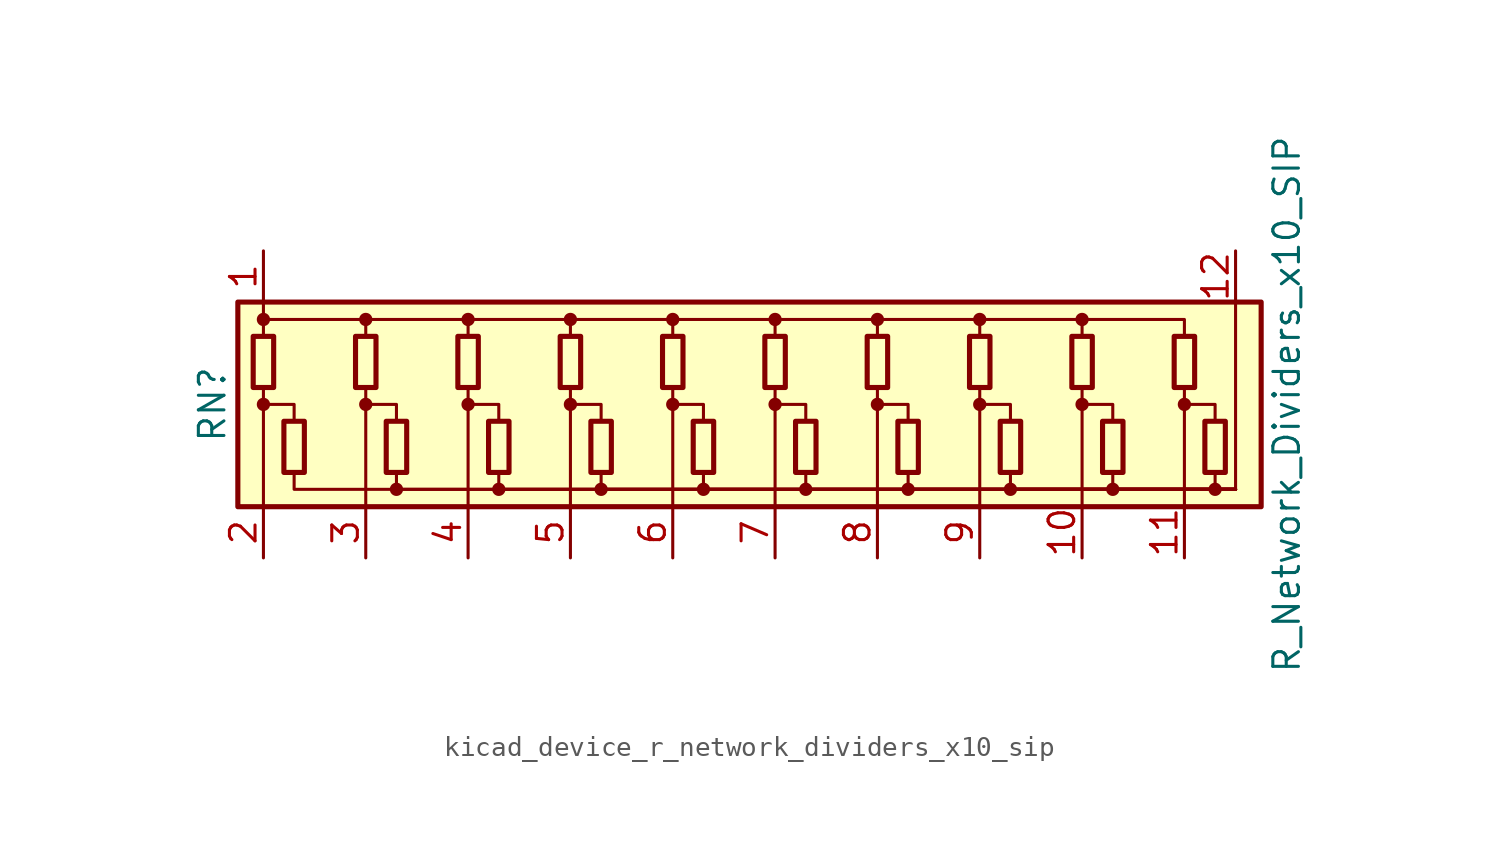
<source format=kicad_sym>
(kicad_symbol_lib
  (version 20220914)
  (generator kicad_symbol_editor)
  (symbol "kicad_device_r_network_dividers_x10_sip"
    (pin_names
      (offset 0) hide)
    (property "Reference" "RN"
      (at -27.94 0 90)
      (effects (font (size 1.27 1.27))))
    (property "Value" "R_Network_Dividers_x10_SIP"
      (at 25.4 0 90)
      (effects (font (size 1.27 1.27))))
    (symbol "kicad_device_r_network_dividers_x10_sip_0_1"
      (rectangle (start -26.67 -5.08) (end 24.13 5.08) (stroke (width 0.254) (type default)) (fill (type background)))
      (rectangle (start -25.908 3.378) (end -24.892 0.838) (stroke (width 0.254) (type default)) (fill (type none)))
      (circle (center -25.4 0) (radius 0.254) (stroke (width 0) (type default)) (fill (type outline)))
      (circle (center -25.4 4.216) (radius 0.254) (stroke (width 0) (type default)) (fill (type outline)))
      (rectangle (start -24.384 -3.378) (end -23.368 -0.838) (stroke (width 0.254) (type default)) (fill (type none)))
      (rectangle (start -20.828 3.378) (end -19.812 0.838) (stroke (width 0.254) (type default)) (fill (type none)))
      (circle (center -20.32 0) (radius 0.254) (stroke (width 0) (type default)) (fill (type outline)))
      (circle (center -20.32 4.216) (radius 0.254) (stroke (width 0) (type default)) (fill (type outline)))
      (rectangle (start -19.304 -3.378) (end -18.288 -0.838) (stroke (width 0.254) (type default)) (fill (type none)))
      (circle (center -18.796 -4.216) (radius 0.254) (stroke (width 0) (type default)) (fill (type outline)))
      (rectangle (start -15.748 3.378) (end -14.732 0.838) (stroke (width 0.254) (type default)) (fill (type none)))
      (circle (center -15.24 0) (radius 0.254) (stroke (width 0) (type default)) (fill (type outline)))
      (circle (center -15.24 4.216) (radius 0.254) (stroke (width 0) (type default)) (fill (type outline)))
      (rectangle (start -14.224 -3.378) (end -13.208 -0.838) (stroke (width 0.254) (type default)) (fill (type none)))
      (circle (center -13.716 -4.216) (radius 0.254) (stroke (width 0) (type default)) (fill (type outline)))
      (rectangle (start -10.668 3.378) (end -9.652 0.838) (stroke (width 0.254) (type default)) (fill (type none)))
      (circle (center -10.16 0) (radius 0.254) (stroke (width 0) (type default)) (fill (type outline)))
      (circle (center -10.16 4.216) (radius 0.254) (stroke (width 0) (type default)) (fill (type outline)))
      (rectangle (start -9.144 -3.378) (end -8.128 -0.838) (stroke (width 0.254) (type default)) (fill (type none)))
      (circle (center -8.636 -4.216) (radius 0.254) (stroke (width 0) (type default)) (fill (type outline)))
      (rectangle (start -5.588 3.378) (end -4.572 0.838) (stroke (width 0.254) (type default)) (fill (type none)))
      (circle (center -5.08 0) (radius 0.254) (stroke (width 0) (type default)) (fill (type outline)))
      (circle (center -5.08 4.216) (radius 0.254) (stroke (width 0) (type default)) (fill (type outline)))
      (rectangle (start -4.064 -3.378) (end -3.048 -0.838) (stroke (width 0.254) (type default)) (fill (type none)))
      (circle (center -3.556 -4.216) (radius 0.254) (stroke (width 0) (type default)) (fill (type outline)))
      (rectangle (start -0.508 3.378) (end 0.508 0.838) (stroke (width 0.254) (type default)) (fill (type none)))
      (polyline (pts (xy -25.4 -5.08) (xy -25.4 0.838)) (stroke (width 0) (type default)) (fill (type none)))
      (polyline (pts (xy -25.4 5.08) (xy -25.4 3.378)) (stroke (width 0) (type default)) (fill (type none)))
      (polyline (pts (xy -20.32 -5.08) (xy -20.32 0.838)) (stroke (width 0) (type default)) (fill (type none)))
      (polyline (pts (xy -15.24 -5.08) (xy -15.24 0.838)) (stroke (width 0) (type default)) (fill (type none)))
      (polyline (pts (xy -10.16 -5.08) (xy -10.16 0.838)) (stroke (width 0) (type default)) (fill (type none)))
      (polyline (pts (xy -5.08 -5.08) (xy -5.08 0.838)) (stroke (width 0) (type default)) (fill (type none)))
      (polyline (pts (xy 0 -5.08) (xy 0 0.838)) (stroke (width 0) (type default)) (fill (type none)))
      (polyline (pts (xy 5.08 -5.08) (xy 5.08 0.838)) (stroke (width 0) (type default)) (fill (type none)))
      (polyline (pts (xy 10.16 -5.08) (xy 10.16 0.838)) (stroke (width 0) (type default)) (fill (type none)))
      (polyline (pts (xy 15.24 -5.08) (xy 15.24 0.838)) (stroke (width 0) (type default)) (fill (type none)))
      (polyline (pts (xy 20.32 -5.08) (xy 20.32 0.838)) (stroke (width 0) (type default)) (fill (type none)))
      (polyline (pts (xy 22.86 -4.216) (xy 22.86 5.08)) (stroke (width 0) (type default)) (fill (type none)))
      (polyline (pts (xy -25.4 0) (xy -23.876 0) (xy -23.876 -0.838)) (stroke (width 0) (type default)) (fill (type none)))
      (polyline (pts (xy -25.4 4.216) (xy -20.32 4.216) (xy -20.32 3.378)) (stroke (width 0) (type default)) (fill (type none)))
      (polyline (pts (xy -23.876 -3.378) (xy -23.876 -4.216) (xy 22.86 -4.216)) (stroke (width 0) (type default)) (fill (type none)))
      (polyline (pts (xy -20.32 0) (xy -18.796 0) (xy -18.796 -0.838)) (stroke (width 0) (type default)) (fill (type none)))
      (polyline (pts (xy -20.32 4.216) (xy -15.24 4.216) (xy -15.24 3.378)) (stroke (width 0) (type default)) (fill (type none)))
      (polyline (pts (xy -18.796 -3.378) (xy -18.796 -4.216) (xy 22.86 -4.216)) (stroke (width 0) (type default)) (fill (type none)))
      (polyline (pts (xy -15.24 0) (xy -13.716 0) (xy -13.716 -0.838)) (stroke (width 0) (type default)) (fill (type none)))
      (polyline (pts (xy -15.24 4.216) (xy -10.16 4.216) (xy -10.16 3.378)) (stroke (width 0) (type default)) (fill (type none)))
      (polyline (pts (xy -13.716 -3.378) (xy -13.716 -4.216) (xy 22.86 -4.216)) (stroke (width 0) (type default)) (fill (type none)))
      (polyline (pts (xy -10.16 0) (xy -8.636 0) (xy -8.636 -0.838)) (stroke (width 0) (type default)) (fill (type none)))
      (polyline (pts (xy -10.16 4.216) (xy -5.08 4.216) (xy -5.08 3.378)) (stroke (width 0) (type default)) (fill (type none)))
      (polyline (pts (xy -8.636 -3.378) (xy -8.636 -4.216) (xy 22.86 -4.216)) (stroke (width 0) (type default)) (fill (type none)))
      (polyline (pts (xy -5.08 0) (xy -3.556 0) (xy -3.556 -0.838)) (stroke (width 0) (type default)) (fill (type none)))
      (polyline (pts (xy -5.08 4.216) (xy 0 4.216) (xy 0 3.378)) (stroke (width 0) (type default)) (fill (type none)))
      (polyline (pts (xy -3.556 -3.378) (xy -3.556 -4.216) (xy 22.86 -4.216)) (stroke (width 0) (type default)) (fill (type none)))
      (polyline (pts (xy 0 0) (xy 1.524 0) (xy 1.524 -0.838)) (stroke (width 0) (type default)) (fill (type none)))
      (polyline (pts (xy 0 4.216) (xy 5.08 4.216) (xy 5.08 3.378)) (stroke (width 0) (type default)) (fill (type none)))
      (polyline (pts (xy 1.524 -3.378) (xy 1.524 -4.216) (xy 22.86 -4.216)) (stroke (width 0) (type default)) (fill (type none)))
      (polyline (pts (xy 5.08 0) (xy 6.604 0) (xy 6.604 -0.838)) (stroke (width 0) (type default)) (fill (type none)))
      (polyline (pts (xy 5.08 4.216) (xy 10.16 4.216) (xy 10.16 3.378)) (stroke (width 0) (type default)) (fill (type none)))
      (polyline (pts (xy 6.604 -3.378) (xy 6.604 -4.216) (xy 22.86 -4.216)) (stroke (width 0) (type default)) (fill (type none)))
      (polyline (pts (xy 10.16 0) (xy 11.684 0) (xy 11.684 -0.838)) (stroke (width 0) (type default)) (fill (type none)))
      (polyline (pts (xy 10.16 4.216) (xy 15.24 4.216) (xy 15.24 3.378)) (stroke (width 0) (type default)) (fill (type none)))
      (polyline (pts (xy 11.684 -3.378) (xy 11.684 -4.216) (xy 22.86 -4.216)) (stroke (width 0) (type default)) (fill (type none)))
      (polyline (pts (xy 15.24 0) (xy 16.764 0) (xy 16.764 -0.838)) (stroke (width 0) (type default)) (fill (type none)))
      (polyline (pts (xy 15.24 4.216) (xy 20.32 4.216) (xy 20.32 3.378)) (stroke (width 0) (type default)) (fill (type none)))
      (polyline (pts (xy 16.764 -3.378) (xy 16.764 -4.216) (xy 22.86 -4.216)) (stroke (width 0) (type default)) (fill (type none)))
      (polyline (pts (xy 20.32 0) (xy 21.844 0) (xy 21.844 -0.838)) (stroke (width 0) (type default)) (fill (type none)))
      (polyline (pts (xy 21.844 -3.378) (xy 21.844 -4.216) (xy 22.86 -4.216)) (stroke (width 0) (type default)) (fill (type none)))
      (circle (center 0 0) (radius 0.254) (stroke (width 0) (type default)) (fill (type outline)))
      (circle (center 0 4.216) (radius 0.254) (stroke (width 0) (type default)) (fill (type outline)))
      (rectangle (start 1.016 -3.378) (end 2.032 -0.838) (stroke (width 0.254) (type default)) (fill (type none)))
      (circle (center 1.524 -4.216) (radius 0.254) (stroke (width 0) (type default)) (fill (type outline)))
      (rectangle (start 4.572 3.378) (end 5.588 0.838) (stroke (width 0.254) (type default)) (fill (type none)))
      (circle (center 5.08 0) (radius 0.254) (stroke (width 0) (type default)) (fill (type outline)))
      (circle (center 5.08 4.216) (radius 0.254) (stroke (width 0) (type default)) (fill (type outline)))
      (rectangle (start 6.096 -3.378) (end 7.112 -0.838) (stroke (width 0.254) (type default)) (fill (type none)))
      (circle (center 6.604 -4.216) (radius 0.254) (stroke (width 0) (type default)) (fill (type outline)))
      (rectangle (start 9.652 3.378) (end 10.668 0.838) (stroke (width 0.254) (type default)) (fill (type none)))
      (circle (center 10.16 0) (radius 0.254) (stroke (width 0) (type default)) (fill (type outline)))
      (circle (center 10.16 4.216) (radius 0.254) (stroke (width 0) (type default)) (fill (type outline)))
      (rectangle (start 11.176 -3.378) (end 12.192 -0.838) (stroke (width 0.254) (type default)) (fill (type none)))
      (circle (center 11.684 -4.216) (radius 0.254) (stroke (width 0) (type default)) (fill (type outline)))
      (rectangle (start 14.732 3.378) (end 15.748 0.838) (stroke (width 0.254) (type default)) (fill (type none)))
      (circle (center 15.24 0) (radius 0.254) (stroke (width 0) (type default)) (fill (type outline)))
      (circle (center 15.24 4.216) (radius 0.254) (stroke (width 0) (type default)) (fill (type outline)))
      (rectangle (start 16.256 -3.378) (end 17.272 -0.838) (stroke (width 0.254) (type default)) (fill (type none)))
      (circle (center 16.764 -4.216) (radius 0.254) (stroke (width 0) (type default)) (fill (type outline)))
      (rectangle (start 19.812 3.378) (end 20.828 0.838) (stroke (width 0.254) (type default)) (fill (type none)))
      (circle (center 20.32 0) (radius 0.254) (stroke (width 0) (type default)) (fill (type outline)))
      (rectangle (start 21.336 -3.378) (end 22.352 -0.838) (stroke (width 0.254) (type default)) (fill (type none)))
      (circle (center 21.844 -4.216) (radius 0.254) (stroke (width 0) (type default)) (fill (type outline))))
    (symbol "kicad_device_r_network_dividers_x10_sip_1_1"
      (pin passive line (at -25.4 7.62 270) (length 2.54) (name "COM1" (effects (font (size 1.27 1.27)))) (number "1" (effects (font (size 1.27 1.27)))))
      (pin passive line (at 15.24 -7.62 90) (length 2.54) (name "R9" (effects (font (size 1.27 1.27)))) (number "10" (effects (font (size 1.27 1.27)))))
      (pin passive line (at 20.32 -7.62 90) (length 2.54) (name "R10" (effects (font (size 1.27 1.27)))) (number "11" (effects (font (size 1.27 1.27)))))
      (pin passive line (at 22.86 7.62 270) (length 2.54) (name "COM2" (effects (font (size 1.27 1.27)))) (number "12" (effects (font (size 1.27 1.27)))))
      (pin passive line (at -25.4 -7.62 90) (length 2.54) (name "R1" (effects (font (size 1.27 1.27)))) (number "2" (effects (font (size 1.27 1.27)))))
      (pin passive line (at -20.32 -7.62 90) (length 2.54) (name "R2" (effects (font (size 1.27 1.27)))) (number "3" (effects (font (size 1.27 1.27)))))
      (pin passive line (at -15.24 -7.62 90) (length 2.54) (name "R3" (effects (font (size 1.27 1.27)))) (number "4" (effects (font (size 1.27 1.27)))))
      (pin passive line (at -10.16 -7.62 90) (length 2.54) (name "R4" (effects (font (size 1.27 1.27)))) (number "5" (effects (font (size 1.27 1.27)))))
      (pin passive line (at -5.08 -7.62 90) (length 2.54) (name "R5" (effects (font (size 1.27 1.27)))) (number "6" (effects (font (size 1.27 1.27)))))
      (pin passive line (at 0 -7.62 90) (length 2.54) (name "R6" (effects (font (size 1.27 1.27)))) (number "7" (effects (font (size 1.27 1.27)))))
      (pin passive line (at 5.08 -7.62 90) (length 2.54) (name "R7" (effects (font (size 1.27 1.27)))) (number "8" (effects (font (size 1.27 1.27)))))
      (pin passive line (at 10.16 -7.62 90) (length 2.54) (name "R8" (effects (font (size 1.27 1.27)))) (number "9" (effects (font (size 1.27 1.27))))))))
</source>
